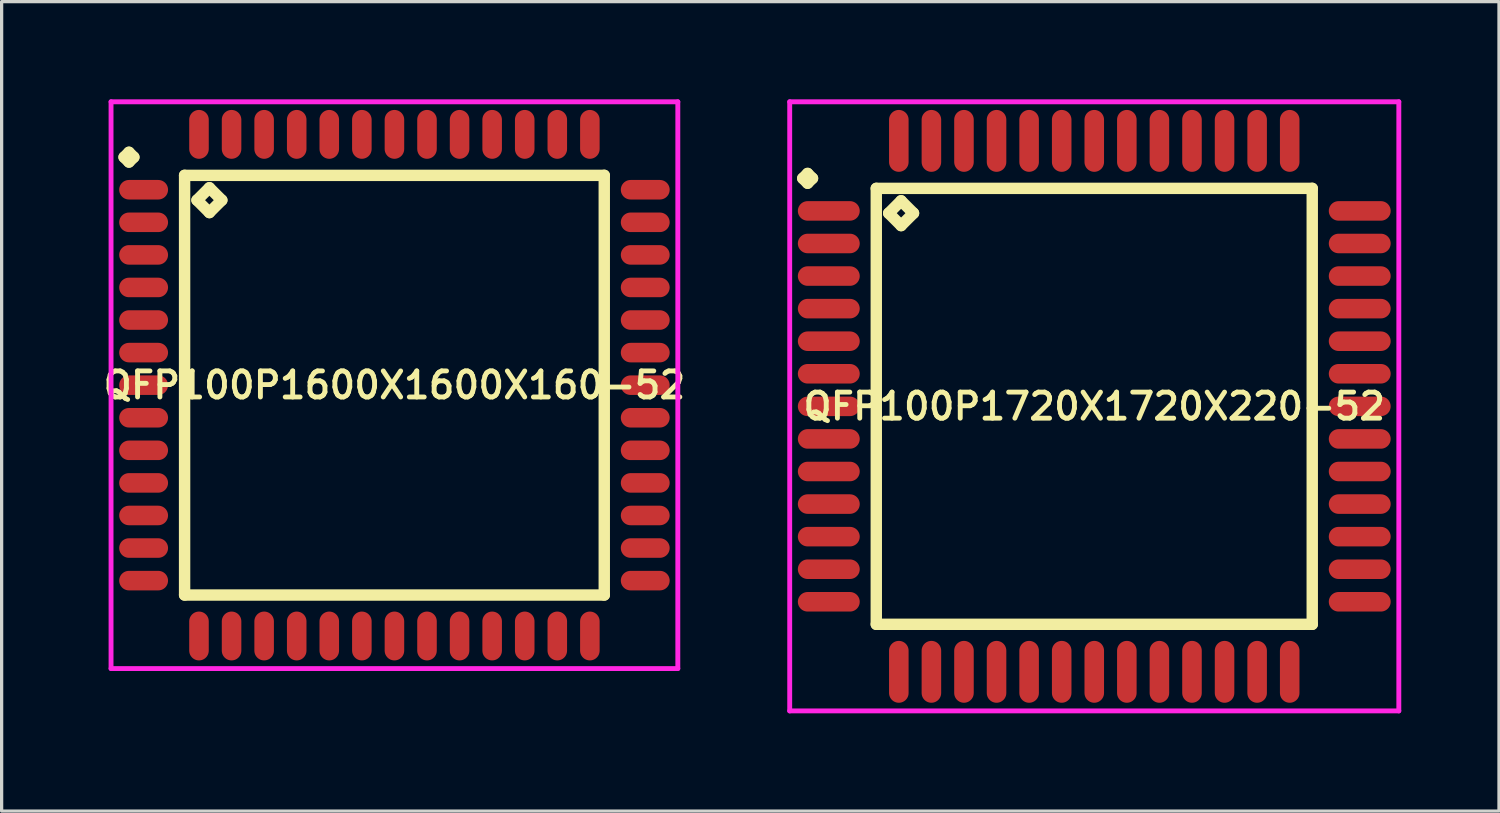
<source format=kicad_pcb>
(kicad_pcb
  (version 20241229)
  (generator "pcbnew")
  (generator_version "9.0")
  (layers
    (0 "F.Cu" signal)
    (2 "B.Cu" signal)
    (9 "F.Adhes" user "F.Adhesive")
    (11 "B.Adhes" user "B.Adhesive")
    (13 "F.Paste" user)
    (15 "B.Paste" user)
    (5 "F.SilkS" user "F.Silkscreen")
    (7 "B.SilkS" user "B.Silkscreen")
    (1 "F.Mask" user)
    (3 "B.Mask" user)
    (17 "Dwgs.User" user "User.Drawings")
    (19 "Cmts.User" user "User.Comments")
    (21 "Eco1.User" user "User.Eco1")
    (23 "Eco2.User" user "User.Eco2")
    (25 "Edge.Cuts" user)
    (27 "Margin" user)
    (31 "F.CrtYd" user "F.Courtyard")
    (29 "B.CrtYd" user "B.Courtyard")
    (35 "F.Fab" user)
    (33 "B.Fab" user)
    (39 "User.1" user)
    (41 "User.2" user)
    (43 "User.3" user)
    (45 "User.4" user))
  (footprint "QFP100P1720X1720X220-52"
    (layer "F.Cu")
    (at 30.544 9.425)
    (property "Reference" "QFP100P1720X1720X220-52" (at 0 0 0) (layer "F.SilkS") (effects (font (size 0.8 0.8) (thickness 0.15))))
    (attr smd)
    (fp_line (start -8.95 -7) (end -8.8 -7.15) (stroke (width 0.35) (type solid)) (layer "F.SilkS"))
    (fp_line (start -8.8 -7.15) (end -8.65 -7) (stroke (width 0.35) (type solid)) (layer "F.SilkS"))
    (fp_line (start -8.8 -6.85) (end -8.95 -7) (stroke (width 0.35) (type solid)) (layer "F.SilkS"))
    (fp_line (start -8.65 -7) (end -8.8 -6.85) (stroke (width 0.35) (type solid)) (layer "F.SilkS"))
    (fp_line (start -6.692 -6.692) (end -6.692 6.692) (stroke (width 0.35) (type solid)) (layer "F.SilkS"))
    (fp_line (start -6.692 6.692) (end 6.692 6.692) (stroke (width 0.35) (type solid)) (layer "F.SilkS"))
    (fp_line (start -6.311 -5.93) (end -5.93 -6.311) (stroke (width 0.35) (type solid)) (layer "F.SilkS"))
    (fp_line (start -5.93 -6.311) (end -5.549 -5.93) (stroke (width 0.35) (type solid)) (layer "F.SilkS"))
    (fp_line (start -5.93 -5.549) (end -6.311 -5.93) (stroke (width 0.35) (type solid)) (layer "F.SilkS"))
    (fp_line (start -5.549 -5.93) (end -5.93 -5.549) (stroke (width 0.35) (type solid)) (layer "F.SilkS"))
    (fp_line (start 6.692 -6.692) (end -6.692 -6.692) (stroke (width 0.35) (type solid)) (layer "F.SilkS"))
    (fp_line (start 6.692 6.692) (end 6.692 -6.692) (stroke (width 0.35) (type solid)) (layer "F.SilkS"))
    (fp_line (start -9.35 -9.35) (end 9.35 -9.35) (stroke (width 0.15) (type solid)) (layer "F.CrtYd"))
    (fp_line (start -9.35 9.35) (end -9.35 -9.35) (stroke (width 0.15) (type solid)) (layer "F.CrtYd"))
    (fp_line (start 9.35 -9.35) (end 9.35 9.35) (stroke (width 0.15) (type solid)) (layer "F.CrtYd"))
    (fp_line (start 9.35 9.35) (end -9.35 9.35) (stroke (width 0.15) (type solid)) (layer "F.CrtYd"))
    (pad "1" smd oval (at -8.15 -6) (size 1.9 0.6) (layers "F.Cu" "F.Mask" "F.Paste"))
    (pad "2" smd oval (at -8.15 -5) (size 1.9 0.6) (layers "F.Cu" "F.Mask" "F.Paste"))
    (pad "3" smd oval (at -8.15 -4) (size 1.9 0.6) (layers "F.Cu" "F.Mask" "F.Paste"))
    (pad "4" smd oval (at -8.15 -3) (size 1.9 0.6) (layers "F.Cu" "F.Mask" "F.Paste"))
    (pad "5" smd oval (at -8.15 -2) (size 1.9 0.6) (layers "F.Cu" "F.Mask" "F.Paste"))
    (pad "6" smd oval (at -8.15 -1) (size 1.9 0.6) (layers "F.Cu" "F.Mask" "F.Paste"))
    (pad "7" smd oval (at -8.15 0) (size 1.9 0.6) (layers "F.Cu" "F.Mask" "F.Paste"))
    (pad "8" smd oval (at -8.15 1) (size 1.9 0.6) (layers "F.Cu" "F.Mask" "F.Paste"))
    (pad "9" smd oval (at -8.15 2) (size 1.9 0.6) (layers "F.Cu" "F.Mask" "F.Paste"))
    (pad "10" smd oval (at -8.15 3) (size 1.9 0.6) (layers "F.Cu" "F.Mask" "F.Paste"))
    (pad "11" smd oval (at -8.15 4) (size 1.9 0.6) (layers "F.Cu" "F.Mask" "F.Paste"))
    (pad "12" smd oval (at -8.15 5) (size 1.9 0.6) (layers "F.Cu" "F.Mask" "F.Paste"))
    (pad "13" smd oval (at -8.15 6) (size 1.9 0.6) (layers "F.Cu" "F.Mask" "F.Paste"))
    (pad "14" smd oval (at -6 8.15) (size 0.6 1.9) (layers "F.Cu" "F.Mask" "F.Paste"))
    (pad "15" smd oval (at -5 8.15) (size 0.6 1.9) (layers "F.Cu" "F.Mask" "F.Paste"))
    (pad "16" smd oval (at -4 8.15) (size 0.6 1.9) (layers "F.Cu" "F.Mask" "F.Paste"))
    (pad "17" smd oval (at -3 8.15) (size 0.6 1.9) (layers "F.Cu" "F.Mask" "F.Paste"))
    (pad "18" smd oval (at -2 8.15) (size 0.6 1.9) (layers "F.Cu" "F.Mask" "F.Paste"))
    (pad "19" smd oval (at -1 8.15) (size 0.6 1.9) (layers "F.Cu" "F.Mask" "F.Paste"))
    (pad "20" smd oval (at 0 8.15) (size 0.6 1.9) (layers "F.Cu" "F.Mask" "F.Paste"))
    (pad "21" smd oval (at 1 8.15) (size 0.6 1.9) (layers "F.Cu" "F.Mask" "F.Paste"))
    (pad "22" smd oval (at 2 8.15) (size 0.6 1.9) (layers "F.Cu" "F.Mask" "F.Paste"))
    (pad "23" smd oval (at 3 8.15) (size 0.6 1.9) (layers "F.Cu" "F.Mask" "F.Paste"))
    (pad "24" smd oval (at 4 8.15) (size 0.6 1.9) (layers "F.Cu" "F.Mask" "F.Paste"))
    (pad "25" smd oval (at 5 8.15) (size 0.6 1.9) (layers "F.Cu" "F.Mask" "F.Paste"))
    (pad "26" smd oval (at 6 8.15) (size 0.6 1.9) (layers "F.Cu" "F.Mask" "F.Paste"))
    (pad "27" smd oval (at 8.15 6) (size 1.9 0.6) (layers "F.Cu" "F.Mask" "F.Paste"))
    (pad "28" smd oval (at 8.15 5) (size 1.9 0.6) (layers "F.Cu" "F.Mask" "F.Paste"))
    (pad "29" smd oval (at 8.15 4) (size 1.9 0.6) (layers "F.Cu" "F.Mask" "F.Paste"))
    (pad "30" smd oval (at 8.15 3) (size 1.9 0.6) (layers "F.Cu" "F.Mask" "F.Paste"))
    (pad "31" smd oval (at 8.15 2) (size 1.9 0.6) (layers "F.Cu" "F.Mask" "F.Paste"))
    (pad "32" smd oval (at 8.15 1) (size 1.9 0.6) (layers "F.Cu" "F.Mask" "F.Paste"))
    (pad "33" smd oval (at 8.15 0) (size 1.9 0.6) (layers "F.Cu" "F.Mask" "F.Paste"))
    (pad "34" smd oval (at 8.15 -1) (size 1.9 0.6) (layers "F.Cu" "F.Mask" "F.Paste"))
    (pad "35" smd oval (at 8.15 -2) (size 1.9 0.6) (layers "F.Cu" "F.Mask" "F.Paste"))
    (pad "36" smd oval (at 8.15 -3) (size 1.9 0.6) (layers "F.Cu" "F.Mask" "F.Paste"))
    (pad "37" smd oval (at 8.15 -4) (size 1.9 0.6) (layers "F.Cu" "F.Mask" "F.Paste"))
    (pad "38" smd oval (at 8.15 -5) (size 1.9 0.6) (layers "F.Cu" "F.Mask" "F.Paste"))
    (pad "39" smd oval (at 8.15 -6) (size 1.9 0.6) (layers "F.Cu" "F.Mask" "F.Paste"))
    (pad "40" smd oval (at 6 -8.15) (size 0.6 1.9) (layers "F.Cu" "F.Mask" "F.Paste"))
    (pad "41" smd oval (at 5 -8.15) (size 0.6 1.9) (layers "F.Cu" "F.Mask" "F.Paste"))
    (pad "42" smd oval (at 4 -8.15) (size 0.6 1.9) (layers "F.Cu" "F.Mask" "F.Paste"))
    (pad "43" smd oval (at 3 -8.15) (size 0.6 1.9) (layers "F.Cu" "F.Mask" "F.Paste"))
    (pad "44" smd oval (at 2 -8.15) (size 0.6 1.9) (layers "F.Cu" "F.Mask" "F.Paste"))
    (pad "45" smd oval (at 1 -8.15) (size 0.6 1.9) (layers "F.Cu" "F.Mask" "F.Paste"))
    (pad "46" smd oval (at 0 -8.15) (size 0.6 1.9) (layers "F.Cu" "F.Mask" "F.Paste"))
    (pad "47" smd oval (at -1 -8.15) (size 0.6 1.9) (layers "F.Cu" "F.Mask" "F.Paste"))
    (pad "48" smd oval (at -2 -8.15) (size 0.6 1.9) (layers "F.Cu" "F.Mask" "F.Paste"))
    (pad "49" smd oval (at -3 -8.15) (size 0.6 1.9) (layers "F.Cu" "F.Mask" "F.Paste"))
    (pad "50" smd oval (at -4 -8.15) (size 0.6 1.9) (layers "F.Cu" "F.Mask" "F.Paste"))
    (pad "51" smd oval (at -5 -8.15) (size 0.6 1.9) (layers "F.Cu" "F.Mask" "F.Paste"))
    (pad "52" smd oval (at -6 -8.15) (size 0.6 1.9) (layers "F.Cu" "F.Mask" "F.Paste")))
  (footprint "QFP100P1600X1600X160-52"
    (layer "F.Cu")
    (at 9.059 8.775)
    (property "Reference" "QFP100P1600X1600X160-52" (at 0 0 0) (layer "F.SilkS") (effects (font (size 0.8 0.8) (thickness 0.15))))
    (attr smd)
    (fp_line (start -8.3 -7) (end -8.15 -7.15) (stroke (width 0.35) (type solid)) (layer "F.SilkS"))
    (fp_line (start -8.15 -7.15) (end -8 -7) (stroke (width 0.35) (type solid)) (layer "F.SilkS"))
    (fp_line (start -8.15 -6.85) (end -8.3 -7) (stroke (width 0.35) (type solid)) (layer "F.SilkS"))
    (fp_line (start -8 -7) (end -8.15 -6.85) (stroke (width 0.35) (type solid)) (layer "F.SilkS"))
    (fp_line (start -6.442 -6.442) (end -6.442 6.442) (stroke (width 0.35) (type solid)) (layer "F.SilkS"))
    (fp_line (start -6.442 6.442) (end 6.442 6.442) (stroke (width 0.35) (type solid)) (layer "F.SilkS"))
    (fp_line (start -6.061 -5.68) (end -5.68 -6.061) (stroke (width 0.35) (type solid)) (layer "F.SilkS"))
    (fp_line (start -5.68 -6.061) (end -5.299 -5.68) (stroke (width 0.35) (type solid)) (layer "F.SilkS"))
    (fp_line (start -5.68 -5.299) (end -6.061 -5.68) (stroke (width 0.35) (type solid)) (layer "F.SilkS"))
    (fp_line (start -5.299 -5.68) (end -5.68 -5.299) (stroke (width 0.35) (type solid)) (layer "F.SilkS"))
    (fp_line (start 6.442 -6.442) (end -6.442 -6.442) (stroke (width 0.35) (type solid)) (layer "F.SilkS"))
    (fp_line (start 6.442 6.442) (end 6.442 -6.442) (stroke (width 0.35) (type solid)) (layer "F.SilkS"))
    (fp_line (start -8.7 -8.7) (end 8.7 -8.7) (stroke (width 0.15) (type solid)) (layer "F.CrtYd"))
    (fp_line (start -8.7 8.7) (end -8.7 -8.7) (stroke (width 0.15) (type solid)) (layer "F.CrtYd"))
    (fp_line (start 8.7 -8.7) (end 8.7 8.7) (stroke (width 0.15) (type solid)) (layer "F.CrtYd"))
    (fp_line (start 8.7 8.7) (end -8.7 8.7) (stroke (width 0.15) (type solid)) (layer "F.CrtYd"))
    (pad "1" smd oval (at -7.7 -6) (size 1.5 0.6) (layers "F.Cu" "F.Mask" "F.Paste"))
    (pad "2" smd oval (at -7.7 -5) (size 1.5 0.6) (layers "F.Cu" "F.Mask" "F.Paste"))
    (pad "3" smd oval (at -7.7 -4) (size 1.5 0.6) (layers "F.Cu" "F.Mask" "F.Paste"))
    (pad "4" smd oval (at -7.7 -3) (size 1.5 0.6) (layers "F.Cu" "F.Mask" "F.Paste"))
    (pad "5" smd oval (at -7.7 -2) (size 1.5 0.6) (layers "F.Cu" "F.Mask" "F.Paste"))
    (pad "6" smd oval (at -7.7 -1) (size 1.5 0.6) (layers "F.Cu" "F.Mask" "F.Paste"))
    (pad "7" smd oval (at -7.7 0) (size 1.5 0.6) (layers "F.Cu" "F.Mask" "F.Paste"))
    (pad "8" smd oval (at -7.7 1) (size 1.5 0.6) (layers "F.Cu" "F.Mask" "F.Paste"))
    (pad "9" smd oval (at -7.7 2) (size 1.5 0.6) (layers "F.Cu" "F.Mask" "F.Paste"))
    (pad "10" smd oval (at -7.7 3) (size 1.5 0.6) (layers "F.Cu" "F.Mask" "F.Paste"))
    (pad "11" smd oval (at -7.7 4) (size 1.5 0.6) (layers "F.Cu" "F.Mask" "F.Paste"))
    (pad "12" smd oval (at -7.7 5) (size 1.5 0.6) (layers "F.Cu" "F.Mask" "F.Paste"))
    (pad "13" smd oval (at -7.7 6) (size 1.5 0.6) (layers "F.Cu" "F.Mask" "F.Paste"))
    (pad "14" smd oval (at -6 7.7) (size 0.6 1.5) (layers "F.Cu" "F.Mask" "F.Paste"))
    (pad "15" smd oval (at -5 7.7) (size 0.6 1.5) (layers "F.Cu" "F.Mask" "F.Paste"))
    (pad "16" smd oval (at -4 7.7) (size 0.6 1.5) (layers "F.Cu" "F.Mask" "F.Paste"))
    (pad "17" smd oval (at -3 7.7) (size 0.6 1.5) (layers "F.Cu" "F.Mask" "F.Paste"))
    (pad "18" smd oval (at -2 7.7) (size 0.6 1.5) (layers "F.Cu" "F.Mask" "F.Paste"))
    (pad "19" smd oval (at -1 7.7) (size 0.6 1.5) (layers "F.Cu" "F.Mask" "F.Paste"))
    (pad "20" smd oval (at 0 7.7) (size 0.6 1.5) (layers "F.Cu" "F.Mask" "F.Paste"))
    (pad "21" smd oval (at 1 7.7) (size 0.6 1.5) (layers "F.Cu" "F.Mask" "F.Paste"))
    (pad "22" smd oval (at 2 7.7) (size 0.6 1.5) (layers "F.Cu" "F.Mask" "F.Paste"))
    (pad "23" smd oval (at 3 7.7) (size 0.6 1.5) (layers "F.Cu" "F.Mask" "F.Paste"))
    (pad "24" smd oval (at 4 7.7) (size 0.6 1.5) (layers "F.Cu" "F.Mask" "F.Paste"))
    (pad "25" smd oval (at 5 7.7) (size 0.6 1.5) (layers "F.Cu" "F.Mask" "F.Paste"))
    (pad "26" smd oval (at 6 7.7) (size 0.6 1.5) (layers "F.Cu" "F.Mask" "F.Paste"))
    (pad "27" smd oval (at 7.7 6) (size 1.5 0.6) (layers "F.Cu" "F.Mask" "F.Paste"))
    (pad "28" smd oval (at 7.7 5) (size 1.5 0.6) (layers "F.Cu" "F.Mask" "F.Paste"))
    (pad "29" smd oval (at 7.7 4) (size 1.5 0.6) (layers "F.Cu" "F.Mask" "F.Paste"))
    (pad "30" smd oval (at 7.7 3) (size 1.5 0.6) (layers "F.Cu" "F.Mask" "F.Paste"))
    (pad "31" smd oval (at 7.7 2) (size 1.5 0.6) (layers "F.Cu" "F.Mask" "F.Paste"))
    (pad "32" smd oval (at 7.7 1) (size 1.5 0.6) (layers "F.Cu" "F.Mask" "F.Paste"))
    (pad "33" smd oval (at 7.7 0) (size 1.5 0.6) (layers "F.Cu" "F.Mask" "F.Paste"))
    (pad "34" smd oval (at 7.7 -1) (size 1.5 0.6) (layers "F.Cu" "F.Mask" "F.Paste"))
    (pad "35" smd oval (at 7.7 -2) (size 1.5 0.6) (layers "F.Cu" "F.Mask" "F.Paste"))
    (pad "36" smd oval (at 7.7 -3) (size 1.5 0.6) (layers "F.Cu" "F.Mask" "F.Paste"))
    (pad "37" smd oval (at 7.7 -4) (size 1.5 0.6) (layers "F.Cu" "F.Mask" "F.Paste"))
    (pad "38" smd oval (at 7.7 -5) (size 1.5 0.6) (layers "F.Cu" "F.Mask" "F.Paste"))
    (pad "39" smd oval (at 7.7 -6) (size 1.5 0.6) (layers "F.Cu" "F.Mask" "F.Paste"))
    (pad "40" smd oval (at 6 -7.7) (size 0.6 1.5) (layers "F.Cu" "F.Mask" "F.Paste"))
    (pad "41" smd oval (at 5 -7.7) (size 0.6 1.5) (layers "F.Cu" "F.Mask" "F.Paste"))
    (pad "42" smd oval (at 4 -7.7) (size 0.6 1.5) (layers "F.Cu" "F.Mask" "F.Paste"))
    (pad "43" smd oval (at 3 -7.7) (size 0.6 1.5) (layers "F.Cu" "F.Mask" "F.Paste"))
    (pad "44" smd oval (at 2 -7.7) (size 0.6 1.5) (layers "F.Cu" "F.Mask" "F.Paste"))
    (pad "45" smd oval (at 1 -7.7) (size 0.6 1.5) (layers "F.Cu" "F.Mask" "F.Paste"))
    (pad "46" smd oval (at 0 -7.7) (size 0.6 1.5) (layers "F.Cu" "F.Mask" "F.Paste"))
    (pad "47" smd oval (at -1 -7.7) (size 0.6 1.5) (layers "F.Cu" "F.Mask" "F.Paste"))
    (pad "48" smd oval (at -2 -7.7) (size 0.6 1.5) (layers "F.Cu" "F.Mask" "F.Paste"))
    (pad "49" smd oval (at -3 -7.7) (size 0.6 1.5) (layers "F.Cu" "F.Mask" "F.Paste"))
    (pad "50" smd oval (at -4 -7.7) (size 0.6 1.5) (layers "F.Cu" "F.Mask" "F.Paste"))
    (pad "51" smd oval (at -5 -7.7) (size 0.6 1.5) (layers "F.Cu" "F.Mask" "F.Paste"))
    (pad "52" smd oval (at -6 -7.7) (size 0.6 1.5) (layers "F.Cu" "F.Mask" "F.Paste")))
  (gr_rect
    (start -3 -3)
    (end 42.969 21.85)
    (stroke (width 0.1) (type default))
    (fill no)
    (layer "Edge.Cuts")))
</source>
